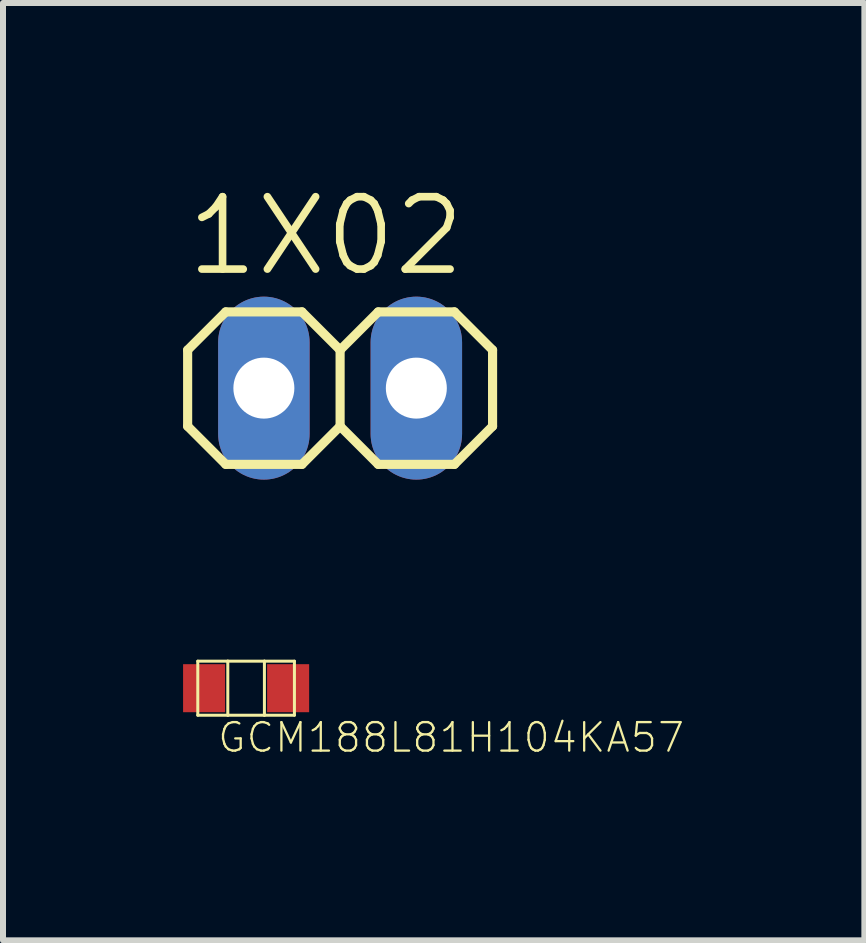
<source format=kicad_pcb>
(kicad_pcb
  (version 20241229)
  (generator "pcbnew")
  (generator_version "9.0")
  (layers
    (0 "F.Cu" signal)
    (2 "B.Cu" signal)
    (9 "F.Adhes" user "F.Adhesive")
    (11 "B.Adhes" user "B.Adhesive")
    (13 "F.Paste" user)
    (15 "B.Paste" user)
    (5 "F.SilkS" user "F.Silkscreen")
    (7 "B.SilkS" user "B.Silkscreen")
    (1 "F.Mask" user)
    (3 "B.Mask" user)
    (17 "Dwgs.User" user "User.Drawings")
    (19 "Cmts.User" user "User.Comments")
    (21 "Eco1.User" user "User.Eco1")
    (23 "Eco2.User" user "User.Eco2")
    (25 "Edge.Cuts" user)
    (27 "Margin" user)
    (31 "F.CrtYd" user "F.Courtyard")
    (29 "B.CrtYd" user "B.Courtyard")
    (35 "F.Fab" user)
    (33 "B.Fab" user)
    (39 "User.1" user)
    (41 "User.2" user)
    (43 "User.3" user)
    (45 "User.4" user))
  (footprint "1X02"
    (layer "F.Cu")
    (at 2.616 3.416)
    (property "Reference" "1X02" (at -2.616 -1.829 0) (layer "F.SilkS") (effects (font (size 1.206 1.206) (thickness 0.127)) (justify left bottom)))
    (attr through_hole)
    (fp_line (start -2.54 -0.635) (end -2.54 0.635) (stroke (width 0.152) (type solid)) (layer "F.SilkS"))
    (fp_line (start -2.54 0.635) (end -1.905 1.27) (stroke (width 0.152) (type solid)) (layer "F.SilkS"))
    (fp_line (start -1.905 -1.27) (end -2.54 -0.635) (stroke (width 0.152) (type solid)) (layer "F.SilkS"))
    (fp_line (start -1.905 -1.27) (end -0.635 -1.27) (stroke (width 0.152) (type solid)) (layer "F.SilkS"))
    (fp_line (start -0.635 -1.27) (end 0 -0.635) (stroke (width 0.152) (type solid)) (layer "F.SilkS"))
    (fp_line (start -0.635 1.27) (end -1.905 1.27) (stroke (width 0.152) (type solid)) (layer "F.SilkS"))
    (fp_line (start 0 -0.635) (end 0 0.635) (stroke (width 0.152) (type solid)) (layer "F.SilkS"))
    (fp_line (start 0 -0.635) (end 0.635 -1.27) (stroke (width 0.152) (type solid)) (layer "F.SilkS"))
    (fp_line (start 0 0.635) (end -0.635 1.27) (stroke (width 0.152) (type solid)) (layer "F.SilkS"))
    (fp_line (start 0.635 -1.27) (end 1.905 -1.27) (stroke (width 0.152) (type solid)) (layer "F.SilkS"))
    (fp_line (start 0.635 1.27) (end 0 0.635) (stroke (width 0.152) (type solid)) (layer "F.SilkS"))
    (fp_line (start 1.905 -1.27) (end 2.54 -0.635) (stroke (width 0.152) (type solid)) (layer "F.SilkS"))
    (fp_line (start 1.905 1.27) (end 0.635 1.27) (stroke (width 0.152) (type solid)) (layer "F.SilkS"))
    (fp_line (start 2.54 -0.635) (end 2.54 0.635) (stroke (width 0.152) (type solid)) (layer "F.SilkS"))
    (fp_line (start 2.54 0.635) (end 1.905 1.27) (stroke (width 0.152) (type solid)) (layer "F.SilkS"))
    (fp_poly (pts (xy -1.524 0.254) (xy -1.016 0.254) (xy -1.016 -0.254) (xy -1.524 -0.254)) (stroke (width 0.1) (type solid)) (fill no) (layer "F.Fab"))
    (fp_poly (pts (xy 1.016 0.254) (xy 1.524 0.254) (xy 1.524 -0.254) (xy 1.016 -0.254)) (stroke (width 0.1) (type solid)) (fill no) (layer "F.Fab"))
    (pad "1" thru_hole oval (at -1.27 0 90) (size 3.048 1.524) (drill 1.016) (layers "*.Cu" "*.Mask"))
    (pad "2" thru_hole oval (at 1.27 0 90) (size 3.048 1.524) (drill 1.016) (layers "*.Cu" "*.Mask")))
  (footprint "GCM188L81H104KA57"
    (layer "F.Cu")
    (at 1.05 8.415)
    (property "Reference" "GCM188L81H104KA57" (at -0.5 1.1 0) (layer "F.SilkS") (effects (font (size 0.475 0.475) (thickness 0.038)) (justify left bottom)))
    (attr through_hole)
    (fp_line (start -0.805 -0.45) (end -0.305 -0.45) (stroke (width 0.05) (type solid)) (layer "F.SilkS"))
    (fp_line (start -0.805 0.45) (end -0.805 -0.45) (stroke (width 0.05) (type solid)) (layer "F.SilkS"))
    (fp_line (start -0.305 -0.45) (end -0.305 0.45) (stroke (width 0.05) (type solid)) (layer "F.SilkS"))
    (fp_line (start -0.305 -0.45) (end 0.305 -0.45) (stroke (width 0.05) (type solid)) (layer "F.SilkS"))
    (fp_line (start -0.305 0.45) (end -0.805 0.45) (stroke (width 0.05) (type solid)) (layer "F.SilkS"))
    (fp_line (start 0.305 -0.45) (end 0.305 0.45) (stroke (width 0.05) (type solid)) (layer "F.SilkS"))
    (fp_line (start 0.305 -0.45) (end 0.805 -0.45) (stroke (width 0.05) (type solid)) (layer "F.SilkS"))
    (fp_line (start 0.305 0.45) (end -0.305 0.45) (stroke (width 0.05) (type solid)) (layer "F.SilkS"))
    (fp_line (start 0.805 -0.45) (end 0.805 0.45) (stroke (width 0.05) (type solid)) (layer "F.SilkS"))
    (fp_line (start 0.805 0.45) (end 0.305 0.45) (stroke (width 0.05) (type solid)) (layer "F.SilkS"))
    (pad "P$1" smd rect (at -0.7 0) (size 0.7 0.8) (layers "F.Cu" "F.Mask" "F.Paste"))
    (pad "P$2" smd rect (at 0.7 0) (size 0.7 0.8) (layers "F.Cu" "F.Mask" "F.Paste")))
  (gr_rect
    (start -3 -3)
    (end 11.35 12.615)
    (stroke (width 0.1) (type default))
    (fill no)
    (layer "Edge.Cuts")))
</source>
